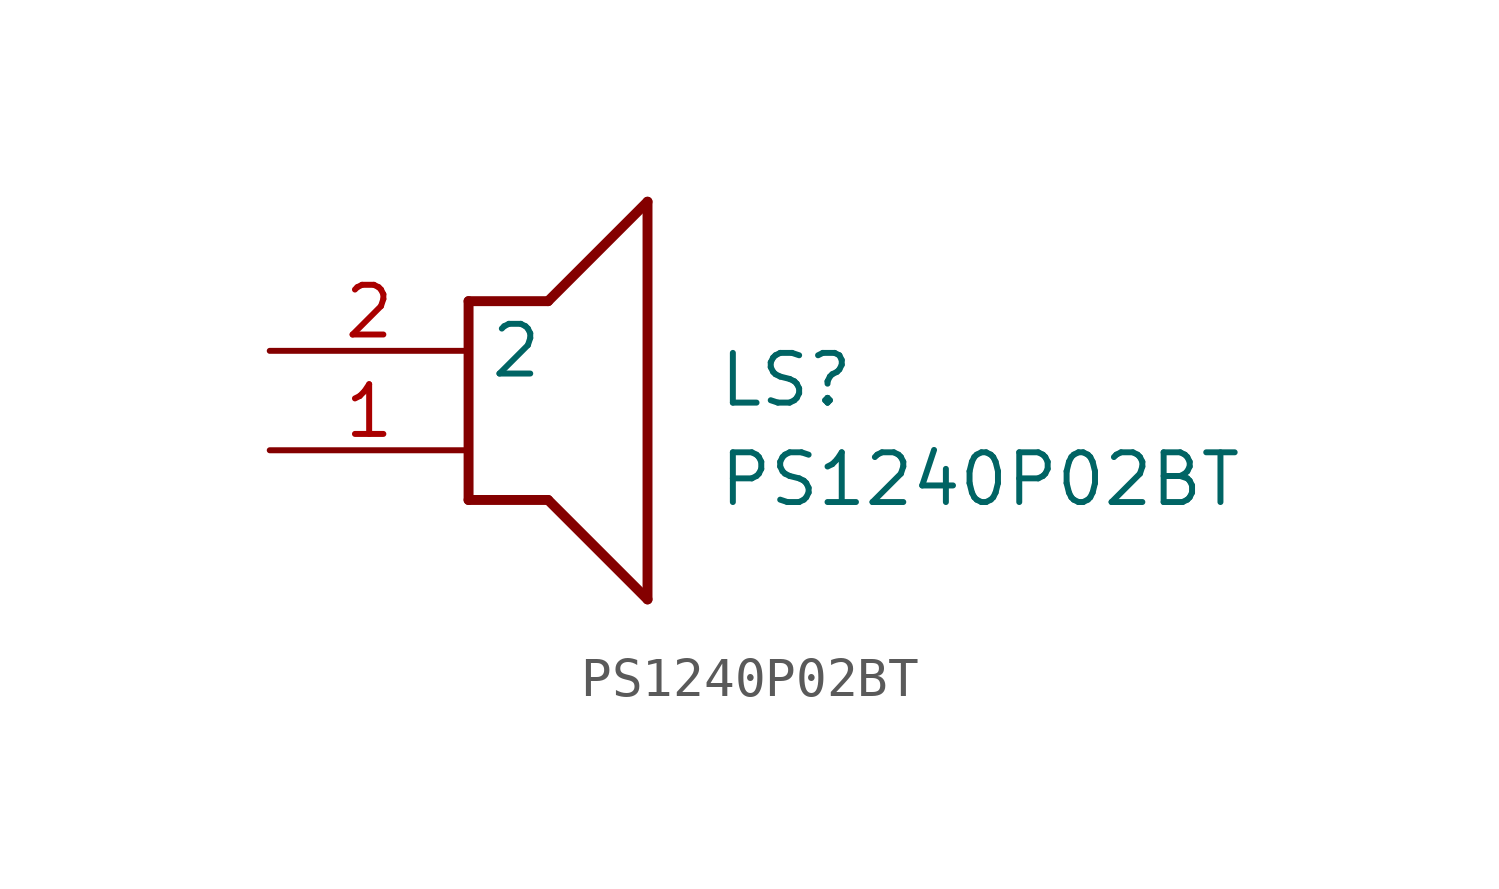
<source format=kicad_sym>
(kicad_symbol_lib
  (version 20241209)
  (generator "kicad_symbol_editor")
  (generator_version "9.0")
  (symbol "PS1240P02BT"
    (property "Reference" "LS"
      (at 11.43 0 0)
      (effects (font (size 1.27 1.27)) (justify left top)))
    (property "Value" "PS1240P02BT"
      (at 11.43 -2.54 0)
      (effects (font (size 1.27 1.27)) (justify left top)))
    (symbol "PS1240P02BT_1_1"
      (polyline (pts (xy 5.08 1.27) (xy 5.08 -3.81)) (stroke (width 0.254) (type default)) (fill (type none)))
      (polyline (pts (xy 5.08 1.27) (xy 7.112 1.27)) (stroke (width 0.254) (type default)) (fill (type none)))
      (polyline (pts (xy 7.112 -3.81) (xy 5.08 -3.81)) (stroke (width 0.254) (type default)) (fill (type none)))
      (polyline (pts (xy 7.112 -3.81) (xy 9.652 -6.35)) (stroke (width 0.254) (type default)) (fill (type none)))
      (polyline (pts (xy 9.652 3.81) (xy 7.112 1.27)) (stroke (width 0.254) (type default)) (fill (type none)))
      (polyline (pts (xy 9.652 3.81) (xy 9.652 -6.35)) (stroke (width 0.254) (type default)) (fill (type none)))
      (pin passive line (at 0 0 0) (length 5.08) (name "2" (effects (font (size 1.27 1.27)))) (number "2" (effects (font (size 1.27 1.27)))))
      (pin passive line (at 0 -2.54 0) (length 5.08) (name "" (effects (font (size 1.27 1.27)))) (number "1" (effects (font (size 1.27 1.27))))))))
</source>
